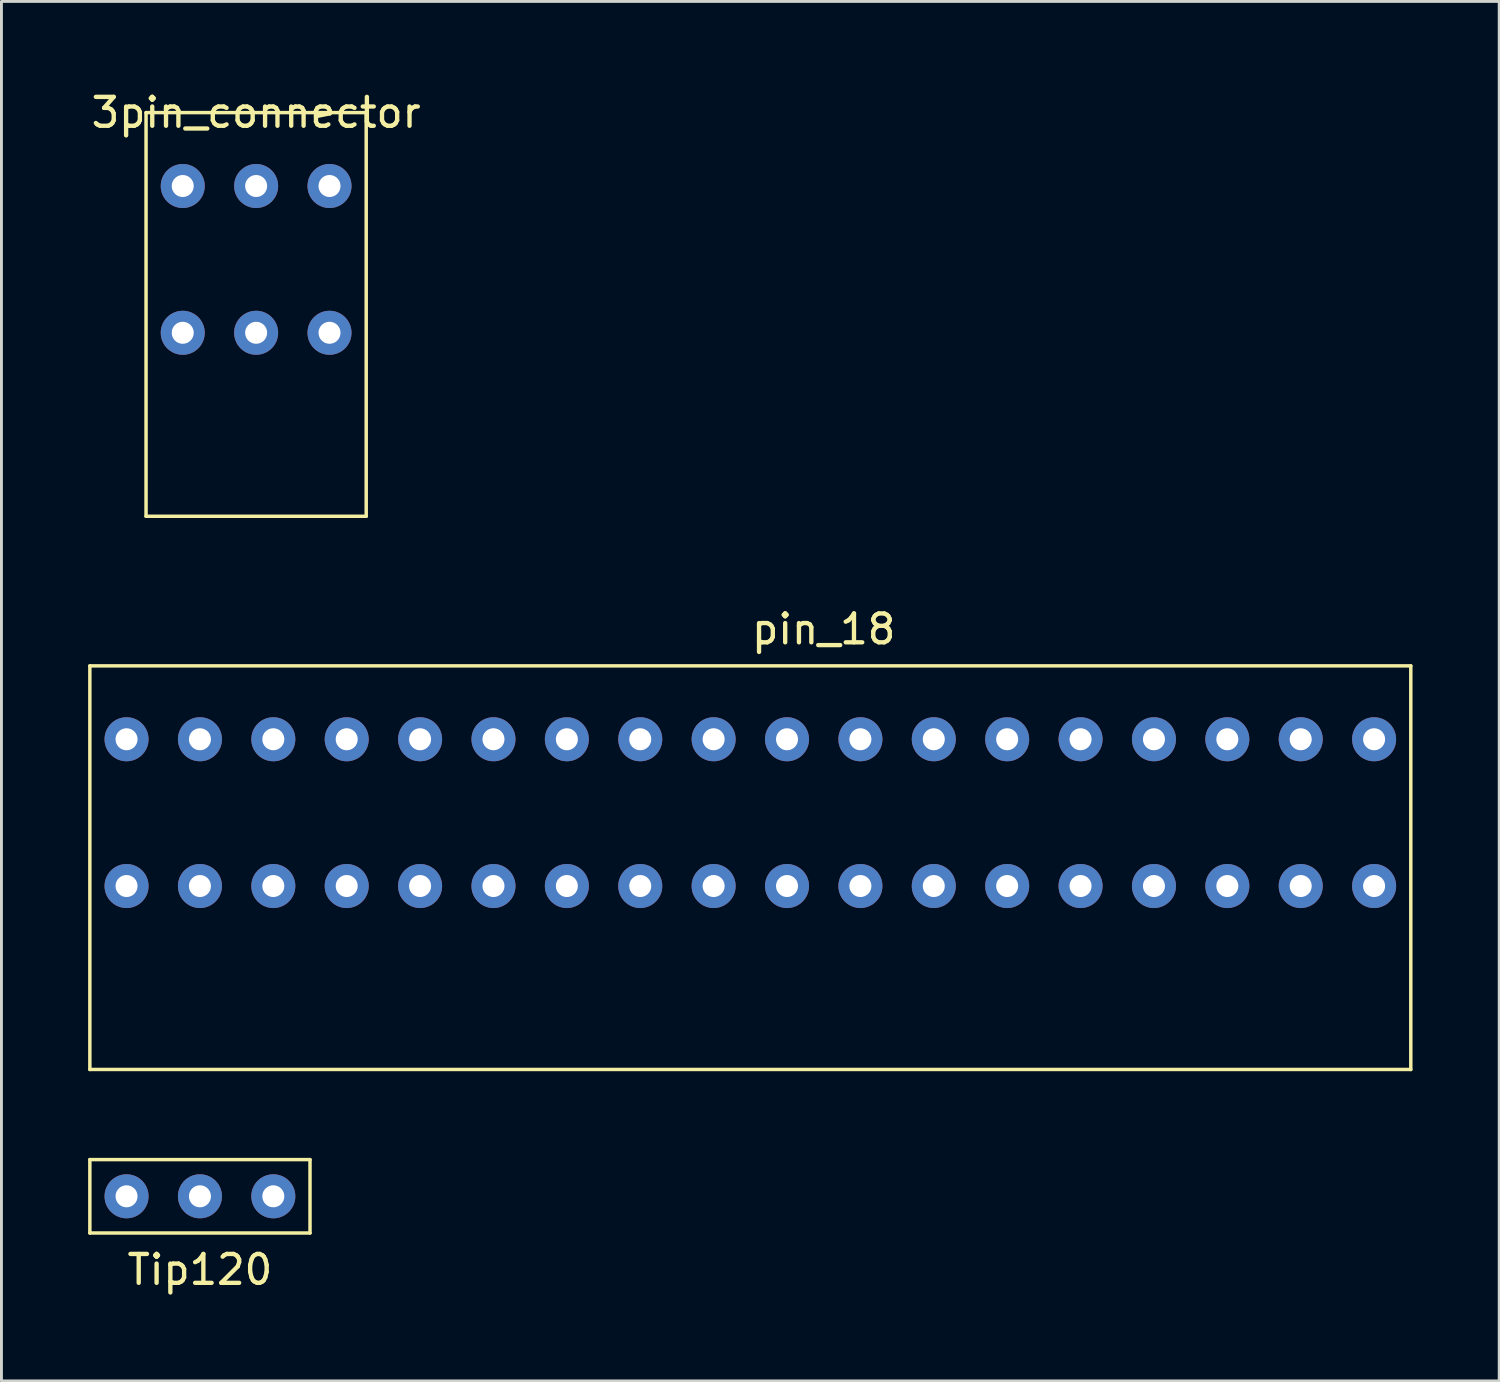
<source format=kicad_pcb>
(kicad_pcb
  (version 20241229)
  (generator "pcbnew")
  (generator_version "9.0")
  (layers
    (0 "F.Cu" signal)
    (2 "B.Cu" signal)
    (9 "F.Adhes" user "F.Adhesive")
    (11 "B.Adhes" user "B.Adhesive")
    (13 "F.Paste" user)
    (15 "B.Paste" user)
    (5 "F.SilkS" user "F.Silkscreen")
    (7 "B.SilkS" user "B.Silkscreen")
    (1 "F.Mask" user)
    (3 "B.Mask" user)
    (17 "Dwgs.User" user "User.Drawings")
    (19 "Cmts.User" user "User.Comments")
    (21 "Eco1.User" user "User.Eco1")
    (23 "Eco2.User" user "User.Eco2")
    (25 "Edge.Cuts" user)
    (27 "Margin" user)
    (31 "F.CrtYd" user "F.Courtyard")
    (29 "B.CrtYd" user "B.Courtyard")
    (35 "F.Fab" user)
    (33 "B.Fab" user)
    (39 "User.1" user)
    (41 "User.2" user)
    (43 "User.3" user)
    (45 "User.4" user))
  (footprint "3pin_connector"
    (layer "F.Cu")
    (at 5.815 3.388)
    (property "Reference" "3pin_connector" (at 0 -2.54 0) (layer "F.SilkS") (effects (font (size 1 1) (thickness 0.15))))
    (attr through_hole)
    (fp_line (start -3.81 -2.54) (end -3.81 11.43) (stroke (width 0.12) (type solid)) (layer "F.SilkS"))
    (fp_line (start -3.81 11.43) (end 3.81 11.43) (stroke (width 0.12) (type solid)) (layer "F.SilkS"))
    (fp_line (start 3.81 -2.54) (end -3.81 -2.54) (stroke (width 0.12) (type solid)) (layer "F.SilkS"))
    (fp_line (start 3.81 11.43) (end 3.81 -2.54) (stroke (width 0.12) (type solid)) (layer "F.SilkS"))
    (pad "1" thru_hole circle (at -2.54 0) (size 1.524 1.524) (drill 0.762) (layers "*.Cu" "*.Mask"))
    (pad "1" thru_hole circle (at -2.54 5.08) (size 1.524 1.524) (drill 0.762) (layers "*.Cu" "*.Mask"))
    (pad "2" thru_hole circle (at 0 0) (size 1.524 1.524) (drill 0.762) (layers "*.Cu" "*.Mask"))
    (pad "2" thru_hole circle (at 0 5.08) (size 1.524 1.524) (drill 0.762) (layers "*.Cu" "*.Mask"))
    (pad "3" thru_hole circle (at 2.54 0) (size 1.524 1.524) (drill 0.762) (layers "*.Cu" "*.Mask"))
    (pad "3" thru_hole circle (at 2.54 5.08) (size 1.524 1.524) (drill 0.762) (layers "*.Cu" "*.Mask")))
  (footprint "pin_18"
    (layer "F.Cu")
    (at 21.65 30.157)
    (property "Reference" "pin_18" (at 3.81 -11.43 0) (layer "F.SilkS") (effects (font (size 1 1) (thickness 0.15))))
    (attr through_hole)
    (fp_line (start -21.59 -10.16) (end 24.13 -10.16) (stroke (width 0.12) (type solid)) (layer "F.SilkS"))
    (fp_line (start -21.59 3.81) (end -21.59 -10.16) (stroke (width 0.12) (type solid)) (layer "F.SilkS"))
    (fp_line (start 24.13 -10.16) (end 24.13 3.81) (stroke (width 0.12) (type solid)) (layer "F.SilkS"))
    (fp_line (start 24.13 3.81) (end -21.59 3.81) (stroke (width 0.12) (type solid)) (layer "F.SilkS"))
    (pad "1" thru_hole circle (at 22.86 -7.62) (size 1.524 1.524) (drill 0.762) (layers "*.Cu" "*.Mask"))
    (pad "1" thru_hole circle (at 22.86 -2.54) (size 1.524 1.524) (drill 0.762) (layers "*.Cu" "*.Mask"))
    (pad "2" thru_hole circle (at 20.32 -7.62) (size 1.524 1.524) (drill 0.762) (layers "*.Cu" "*.Mask"))
    (pad "2" thru_hole circle (at 20.32 -2.54) (size 1.524 1.524) (drill 0.762) (layers "*.Cu" "*.Mask"))
    (pad "3" thru_hole circle (at 17.78 -7.62) (size 1.524 1.524) (drill 0.762) (layers "*.Cu" "*.Mask"))
    (pad "3" thru_hole circle (at 17.78 -2.54) (size 1.524 1.524) (drill 0.762) (layers "*.Cu" "*.Mask"))
    (pad "4" thru_hole circle (at 15.24 -7.62) (size 1.524 1.524) (drill 0.762) (layers "*.Cu" "*.Mask"))
    (pad "4" thru_hole circle (at 15.24 -2.54) (size 1.524 1.524) (drill 0.762) (layers "*.Cu" "*.Mask"))
    (pad "5" thru_hole circle (at 12.7 -7.62) (size 1.524 1.524) (drill 0.762) (layers "*.Cu" "*.Mask"))
    (pad "5" thru_hole circle (at 12.7 -2.54) (size 1.524 1.524) (drill 0.762) (layers "*.Cu" "*.Mask"))
    (pad "6" thru_hole circle (at 10.16 -7.62) (size 1.524 1.524) (drill 0.762) (layers "*.Cu" "*.Mask"))
    (pad "6" thru_hole circle (at 10.16 -2.54) (size 1.524 1.524) (drill 0.762) (layers "*.Cu" "*.Mask"))
    (pad "7" thru_hole circle (at 7.62 -7.62) (size 1.524 1.524) (drill 0.762) (layers "*.Cu" "*.Mask"))
    (pad "7" thru_hole circle (at 7.62 -2.54) (size 1.524 1.524) (drill 0.762) (layers "*.Cu" "*.Mask"))
    (pad "8" thru_hole circle (at 5.08 -7.62) (size 1.524 1.524) (drill 0.762) (layers "*.Cu" "*.Mask"))
    (pad "8" thru_hole circle (at 5.08 -2.54) (size 1.524 1.524) (drill 0.762) (layers "*.Cu" "*.Mask"))
    (pad "9" thru_hole circle (at 2.54 -7.62) (size 1.524 1.524) (drill 0.762) (layers "*.Cu" "*.Mask"))
    (pad "9" thru_hole circle (at 2.54 -2.54) (size 1.524 1.524) (drill 0.762) (layers "*.Cu" "*.Mask"))
    (pad "10" thru_hole circle (at 0 -7.62) (size 1.524 1.524) (drill 0.762) (layers "*.Cu" "*.Mask"))
    (pad "10" thru_hole circle (at 0 -2.54) (size 1.524 1.524) (drill 0.762) (layers "*.Cu" "*.Mask"))
    (pad "11" thru_hole circle (at -2.54 -7.62) (size 1.524 1.524) (drill 0.762) (layers "*.Cu" "*.Mask"))
    (pad "11" thru_hole circle (at -2.54 -2.54) (size 1.524 1.524) (drill 0.762) (layers "*.Cu" "*.Mask"))
    (pad "12" thru_hole circle (at -5.08 -7.62) (size 1.524 1.524) (drill 0.762) (layers "*.Cu" "*.Mask"))
    (pad "12" thru_hole circle (at -5.08 -2.54) (size 1.524 1.524) (drill 0.762) (layers "*.Cu" "*.Mask"))
    (pad "13" thru_hole circle (at -7.62 -7.62) (size 1.524 1.524) (drill 0.762) (layers "*.Cu" "*.Mask"))
    (pad "13" thru_hole circle (at -7.62 -2.54) (size 1.524 1.524) (drill 0.762) (layers "*.Cu" "*.Mask"))
    (pad "14" thru_hole circle (at -10.16 -7.62) (size 1.524 1.524) (drill 0.762) (layers "*.Cu" "*.Mask"))
    (pad "14" thru_hole circle (at -10.16 -2.54) (size 1.524 1.524) (drill 0.762) (layers "*.Cu" "*.Mask"))
    (pad "15" thru_hole circle (at -12.7 -7.62) (size 1.524 1.524) (drill 0.762) (layers "*.Cu" "*.Mask"))
    (pad "15" thru_hole circle (at -12.7 -2.54) (size 1.524 1.524) (drill 0.762) (layers "*.Cu" "*.Mask"))
    (pad "16" thru_hole circle (at -15.24 -7.62) (size 1.524 1.524) (drill 0.762) (layers "*.Cu" "*.Mask"))
    (pad "16" thru_hole circle (at -15.24 -2.54) (size 1.524 1.524) (drill 0.762) (layers "*.Cu" "*.Mask"))
    (pad "17" thru_hole circle (at -17.78 -7.62) (size 1.524 1.524) (drill 0.762) (layers "*.Cu" "*.Mask"))
    (pad "17" thru_hole circle (at -17.78 -2.54) (size 1.524 1.524) (drill 0.762) (layers "*.Cu" "*.Mask"))
    (pad "18" thru_hole circle (at -20.32 -7.62) (size 1.524 1.524) (drill 0.762) (layers "*.Cu" "*.Mask"))
    (pad "18" thru_hole circle (at -20.32 -2.54) (size 1.524 1.524) (drill 0.762) (layers "*.Cu" "*.Mask")))
  (footprint "Tip120"
    (layer "F.Cu")
    (at 3.87 38.356)
    (property "Reference" "Tip120" (at 0 2.54 0) (layer "F.SilkS") (effects (font (size 1 1) (thickness 0.15))))
    (attr through_hole)
    (fp_line (start -3.81 -1.27) (end -3.81 1.27) (stroke (width 0.12) (type solid)) (layer "F.SilkS"))
    (fp_line (start -3.81 1.27) (end 3.81 1.27) (stroke (width 0.12) (type solid)) (layer "F.SilkS"))
    (fp_line (start 3.81 -1.27) (end -3.81 -1.27) (stroke (width 0.12) (type solid)) (layer "F.SilkS"))
    (fp_line (start 3.81 1.27) (end 3.81 -1.27) (stroke (width 0.12) (type solid)) (layer "F.SilkS"))
    (pad "1" thru_hole circle (at -2.54 0) (size 1.524 1.524) (drill 0.762) (layers "*.Cu" "*.Mask"))
    (pad "2" thru_hole circle (at 0 0) (size 1.524 1.524) (drill 0.762) (layers "*.Cu" "*.Mask"))
    (pad "3" thru_hole circle (at 2.54 0) (size 1.524 1.524) (drill 0.762) (layers "*.Cu" "*.Mask")))
  (gr_rect
    (start -3 -3)
    (end 48.84 44.745)
    (stroke (width 0.1) (type default))
    (fill no)
    (layer "Edge.Cuts")))
</source>
